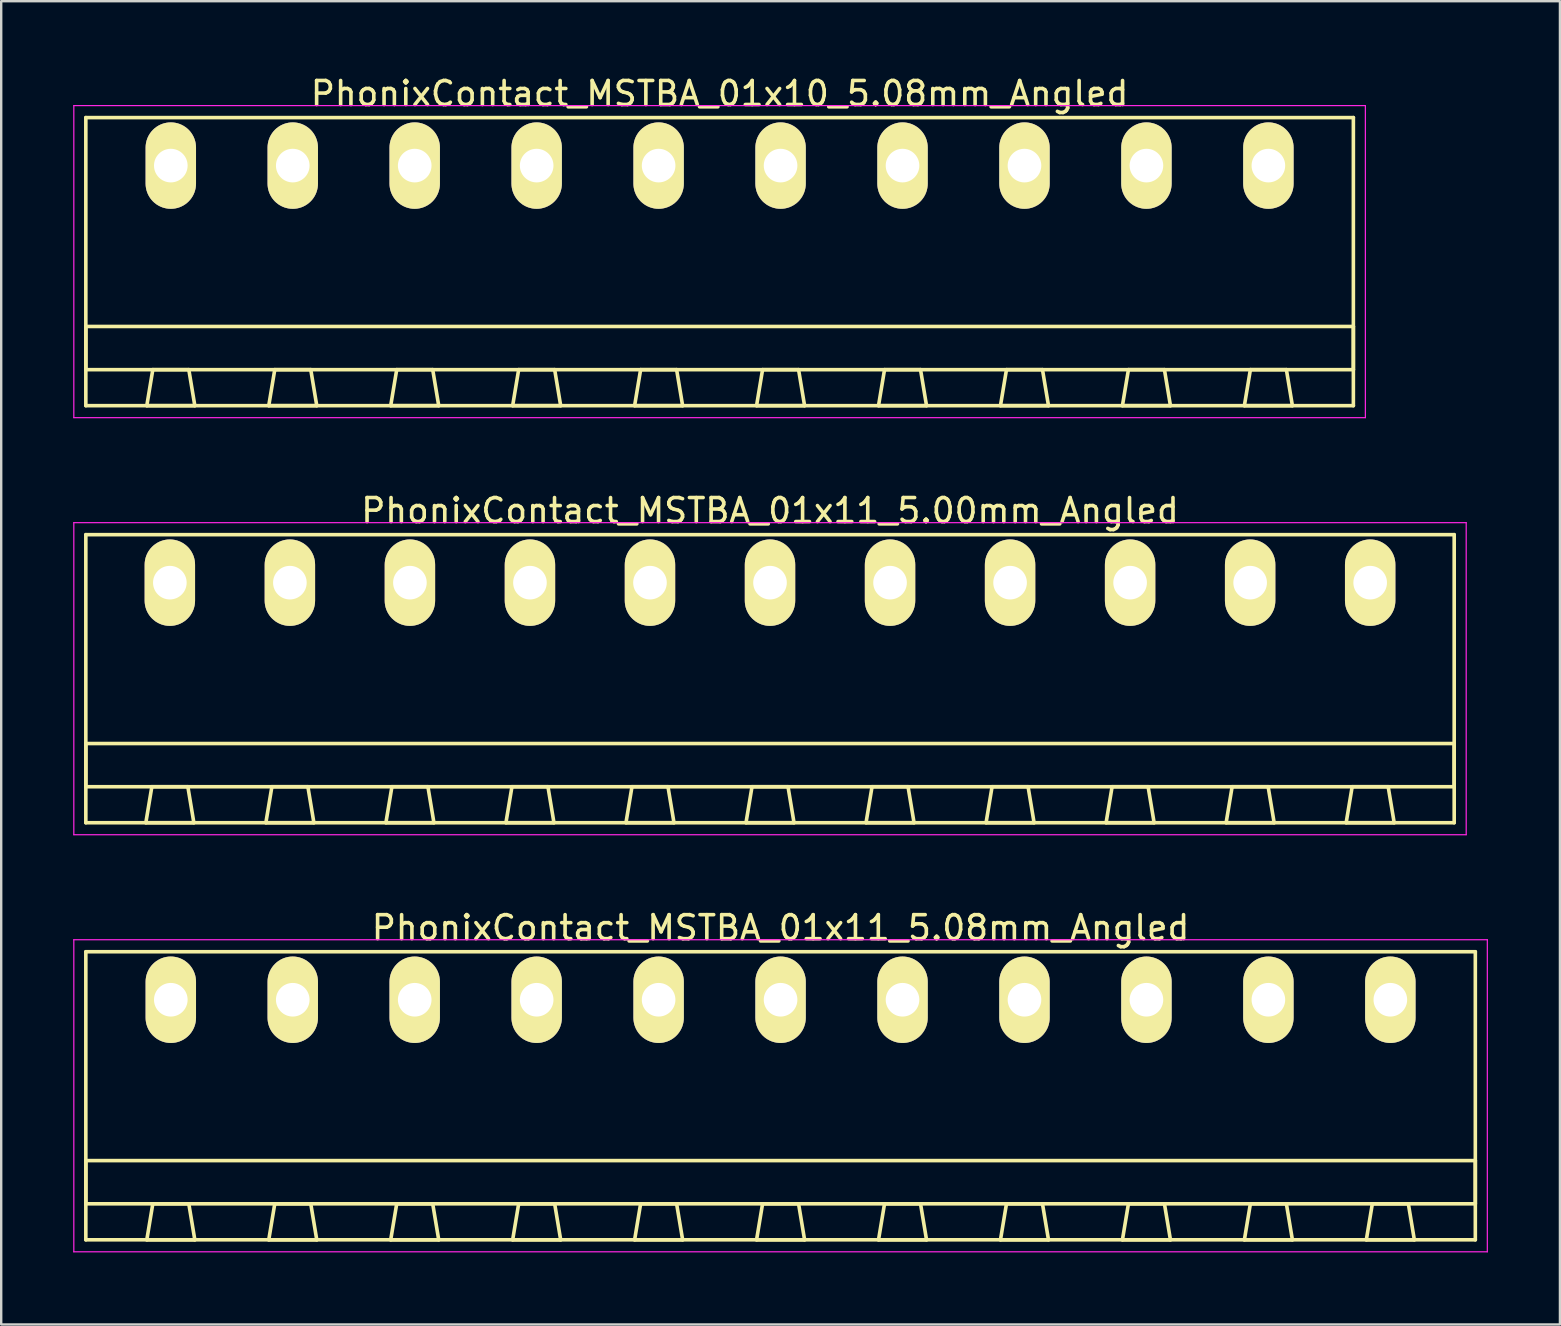
<source format=kicad_pcb>
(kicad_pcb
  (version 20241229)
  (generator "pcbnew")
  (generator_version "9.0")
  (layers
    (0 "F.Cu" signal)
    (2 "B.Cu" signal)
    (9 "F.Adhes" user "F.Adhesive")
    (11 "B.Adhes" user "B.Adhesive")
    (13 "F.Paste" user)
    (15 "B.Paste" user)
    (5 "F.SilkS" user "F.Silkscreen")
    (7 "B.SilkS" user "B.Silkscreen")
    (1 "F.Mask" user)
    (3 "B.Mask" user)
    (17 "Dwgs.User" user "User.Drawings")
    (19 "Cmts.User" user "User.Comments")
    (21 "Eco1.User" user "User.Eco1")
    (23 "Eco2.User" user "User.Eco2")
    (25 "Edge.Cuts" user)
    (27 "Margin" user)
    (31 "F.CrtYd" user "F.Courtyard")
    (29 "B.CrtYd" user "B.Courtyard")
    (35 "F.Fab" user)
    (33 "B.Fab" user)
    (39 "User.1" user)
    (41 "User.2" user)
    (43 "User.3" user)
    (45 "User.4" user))
  (footprint "PhonixContact_MSTBA_01x11_5.00mm_Angled"
    (layer "F.Cu")
    (at 4.025 21.221)
    (property "Reference" "PhonixContact_MSTBA_01x11_5.00mm_Angled" (at 25 -3 0) (layer "F.SilkS") (effects (font (size 1 1) (thickness 0.15))))
    (attr through_hole)
    (fp_line (start -3.5 -2) (end -3.5 10) (stroke (width 0.15) (type solid)) (layer "F.SilkS"))
    (fp_line (start -3.5 6.7) (end 53.5 6.7) (stroke (width 0.15) (type solid)) (layer "F.SilkS"))
    (fp_line (start -3.5 8.5) (end -3.5 6.7) (stroke (width 0.15) (type solid)) (layer "F.SilkS"))
    (fp_line (start -3.5 10) (end 53.5 10) (stroke (width 0.15) (type solid)) (layer "F.SilkS"))
    (fp_line (start -1 10) (end 1 10) (stroke (width 0.15) (type solid)) (layer "F.SilkS"))
    (fp_line (start -0.75 8.5) (end -1 10) (stroke (width 0.15) (type solid)) (layer "F.SilkS"))
    (fp_line (start 0.75 8.5) (end -0.75 8.5) (stroke (width 0.15) (type solid)) (layer "F.SilkS"))
    (fp_line (start 1 10) (end 0.75 8.5) (stroke (width 0.15) (type solid)) (layer "F.SilkS"))
    (fp_line (start 4 10) (end 6 10) (stroke (width 0.15) (type solid)) (layer "F.SilkS"))
    (fp_line (start 4.25 8.5) (end 4 10) (stroke (width 0.15) (type solid)) (layer "F.SilkS"))
    (fp_line (start 5.75 8.5) (end 4.25 8.5) (stroke (width 0.15) (type solid)) (layer "F.SilkS"))
    (fp_line (start 6 10) (end 5.75 8.5) (stroke (width 0.15) (type solid)) (layer "F.SilkS"))
    (fp_line (start 9 10) (end 11 10) (stroke (width 0.15) (type solid)) (layer "F.SilkS"))
    (fp_line (start 9.25 8.5) (end 9 10) (stroke (width 0.15) (type solid)) (layer "F.SilkS"))
    (fp_line (start 10.75 8.5) (end 9.25 8.5) (stroke (width 0.15) (type solid)) (layer "F.SilkS"))
    (fp_line (start 11 10) (end 10.75 8.5) (stroke (width 0.15) (type solid)) (layer "F.SilkS"))
    (fp_line (start 14 10) (end 16 10) (stroke (width 0.15) (type solid)) (layer "F.SilkS"))
    (fp_line (start 14.25 8.5) (end 14 10) (stroke (width 0.15) (type solid)) (layer "F.SilkS"))
    (fp_line (start 15.75 8.5) (end 14.25 8.5) (stroke (width 0.15) (type solid)) (layer "F.SilkS"))
    (fp_line (start 16 10) (end 15.75 8.5) (stroke (width 0.15) (type solid)) (layer "F.SilkS"))
    (fp_line (start 19 10) (end 21 10) (stroke (width 0.15) (type solid)) (layer "F.SilkS"))
    (fp_line (start 19.25 8.5) (end 19 10) (stroke (width 0.15) (type solid)) (layer "F.SilkS"))
    (fp_line (start 20.75 8.5) (end 19.25 8.5) (stroke (width 0.15) (type solid)) (layer "F.SilkS"))
    (fp_line (start 21 10) (end 20.75 8.5) (stroke (width 0.15) (type solid)) (layer "F.SilkS"))
    (fp_line (start 24 10) (end 26 10) (stroke (width 0.15) (type solid)) (layer "F.SilkS"))
    (fp_line (start 24.25 8.5) (end 24 10) (stroke (width 0.15) (type solid)) (layer "F.SilkS"))
    (fp_line (start 25.75 8.5) (end 24.25 8.5) (stroke (width 0.15) (type solid)) (layer "F.SilkS"))
    (fp_line (start 26 10) (end 25.75 8.5) (stroke (width 0.15) (type solid)) (layer "F.SilkS"))
    (fp_line (start 29 10) (end 31 10) (stroke (width 0.15) (type solid)) (layer "F.SilkS"))
    (fp_line (start 29.25 8.5) (end 29 10) (stroke (width 0.15) (type solid)) (layer "F.SilkS"))
    (fp_line (start 30.75 8.5) (end 29.25 8.5) (stroke (width 0.15) (type solid)) (layer "F.SilkS"))
    (fp_line (start 31 10) (end 30.75 8.5) (stroke (width 0.15) (type solid)) (layer "F.SilkS"))
    (fp_line (start 34 10) (end 36 10) (stroke (width 0.15) (type solid)) (layer "F.SilkS"))
    (fp_line (start 34.25 8.5) (end 34 10) (stroke (width 0.15) (type solid)) (layer "F.SilkS"))
    (fp_line (start 35.75 8.5) (end 34.25 8.5) (stroke (width 0.15) (type solid)) (layer "F.SilkS"))
    (fp_line (start 36 10) (end 35.75 8.5) (stroke (width 0.15) (type solid)) (layer "F.SilkS"))
    (fp_line (start 39 10) (end 41 10) (stroke (width 0.15) (type solid)) (layer "F.SilkS"))
    (fp_line (start 39.25 8.5) (end 39 10) (stroke (width 0.15) (type solid)) (layer "F.SilkS"))
    (fp_line (start 40.75 8.5) (end 39.25 8.5) (stroke (width 0.15) (type solid)) (layer "F.SilkS"))
    (fp_line (start 41 10) (end 40.75 8.5) (stroke (width 0.15) (type solid)) (layer "F.SilkS"))
    (fp_line (start 44 10) (end 46 10) (stroke (width 0.15) (type solid)) (layer "F.SilkS"))
    (fp_line (start 44.25 8.5) (end 44 10) (stroke (width 0.15) (type solid)) (layer "F.SilkS"))
    (fp_line (start 45.75 8.5) (end 44.25 8.5) (stroke (width 0.15) (type solid)) (layer "F.SilkS"))
    (fp_line (start 46 10) (end 45.75 8.5) (stroke (width 0.15) (type solid)) (layer "F.SilkS"))
    (fp_line (start 49 10) (end 51 10) (stroke (width 0.15) (type solid)) (layer "F.SilkS"))
    (fp_line (start 49.25 8.5) (end 49 10) (stroke (width 0.15) (type solid)) (layer "F.SilkS"))
    (fp_line (start 50.75 8.5) (end 49.25 8.5) (stroke (width 0.15) (type solid)) (layer "F.SilkS"))
    (fp_line (start 51 10) (end 50.75 8.5) (stroke (width 0.15) (type solid)) (layer "F.SilkS"))
    (fp_line (start 53.5 -2) (end -3.5 -2) (stroke (width 0.15) (type solid)) (layer "F.SilkS"))
    (fp_line (start 53.5 6.7) (end 53.5 8.5) (stroke (width 0.15) (type solid)) (layer "F.SilkS"))
    (fp_line (start 53.5 8.5) (end -3.5 8.5) (stroke (width 0.15) (type solid)) (layer "F.SilkS"))
    (fp_line (start 53.5 10) (end 53.5 -2) (stroke (width 0.15) (type solid)) (layer "F.SilkS"))
    (fp_line (start -4 -2.5) (end -4 10.5) (stroke (width 0.05) (type solid)) (layer "F.CrtYd"))
    (fp_line (start -4 10.5) (end 54 10.5) (stroke (width 0.05) (type solid)) (layer "F.CrtYd"))
    (fp_line (start 54 -2.5) (end -4 -2.5) (stroke (width 0.05) (type solid)) (layer "F.CrtYd"))
    (fp_line (start 54 10.5) (end 54 -2.5) (stroke (width 0.05) (type solid)) (layer "F.CrtYd"))
    (pad "1" thru_hole oval (at 0 0) (size 2.1 3.6) (drill 1.4) (layers "*.Cu" "*.Mask" "F.SilkS"))
    (pad "2" thru_hole oval (at 5 0) (size 2.1 3.6) (drill 1.4) (layers "*.Cu" "*.Mask" "F.SilkS"))
    (pad "3" thru_hole oval (at 10 0) (size 2.1 3.6) (drill 1.4) (layers "*.Cu" "*.Mask" "F.SilkS"))
    (pad "4" thru_hole oval (at 15 0) (size 2.1 3.6) (drill 1.4) (layers "*.Cu" "*.Mask" "F.SilkS"))
    (pad "5" thru_hole oval (at 20 0) (size 2.1 3.6) (drill 1.4) (layers "*.Cu" "*.Mask" "F.SilkS"))
    (pad "6" thru_hole oval (at 25 0) (size 2.1 3.6) (drill 1.4) (layers "*.Cu" "*.Mask" "F.SilkS"))
    (pad "7" thru_hole oval (at 30 0) (size 2.1 3.6) (drill 1.4) (layers "*.Cu" "*.Mask" "F.SilkS"))
    (pad "8" thru_hole oval (at 35 0) (size 2.1 3.6) (drill 1.4) (layers "*.Cu" "*.Mask" "F.SilkS"))
    (pad "9" thru_hole oval (at 40 0) (size 2.1 3.6) (drill 1.4) (layers "*.Cu" "*.Mask" "F.SilkS"))
    (pad "10" thru_hole oval (at 45 0) (size 2.1 3.6) (drill 1.4) (layers "*.Cu" "*.Mask" "F.SilkS"))
    (pad "11" thru_hole oval (at 50 0) (size 2.1 3.6) (drill 1.4) (layers "*.Cu" "*.Mask" "F.SilkS")))
  (footprint "PhonixContact_MSTBA_01x11_5.08mm_Angled"
    (layer "F.Cu")
    (at 4.065 38.595)
    (property "Reference" "PhonixContact_MSTBA_01x11_5.08mm_Angled" (at 25.4 -3 0) (layer "F.SilkS") (effects (font (size 1 1) (thickness 0.15))))
    (attr through_hole)
    (fp_line (start -3.54 -2) (end -3.54 10) (stroke (width 0.15) (type solid)) (layer "F.SilkS"))
    (fp_line (start -3.54 6.7) (end 54.34 6.7) (stroke (width 0.15) (type solid)) (layer "F.SilkS"))
    (fp_line (start -3.54 8.5) (end -3.54 6.7) (stroke (width 0.15) (type solid)) (layer "F.SilkS"))
    (fp_line (start -3.54 10) (end 54.34 10) (stroke (width 0.15) (type solid)) (layer "F.SilkS"))
    (fp_line (start -1 10) (end 1 10) (stroke (width 0.15) (type solid)) (layer "F.SilkS"))
    (fp_line (start -0.75 8.5) (end -1 10) (stroke (width 0.15) (type solid)) (layer "F.SilkS"))
    (fp_line (start 0.75 8.5) (end -0.75 8.5) (stroke (width 0.15) (type solid)) (layer "F.SilkS"))
    (fp_line (start 1 10) (end 0.75 8.5) (stroke (width 0.15) (type solid)) (layer "F.SilkS"))
    (fp_line (start 4.08 10) (end 6.08 10) (stroke (width 0.15) (type solid)) (layer "F.SilkS"))
    (fp_line (start 4.33 8.5) (end 4.08 10) (stroke (width 0.15) (type solid)) (layer "F.SilkS"))
    (fp_line (start 5.83 8.5) (end 4.33 8.5) (stroke (width 0.15) (type solid)) (layer "F.SilkS"))
    (fp_line (start 6.08 10) (end 5.83 8.5) (stroke (width 0.15) (type solid)) (layer "F.SilkS"))
    (fp_line (start 9.16 10) (end 11.16 10) (stroke (width 0.15) (type solid)) (layer "F.SilkS"))
    (fp_line (start 9.41 8.5) (end 9.16 10) (stroke (width 0.15) (type solid)) (layer "F.SilkS"))
    (fp_line (start 10.91 8.5) (end 9.41 8.5) (stroke (width 0.15) (type solid)) (layer "F.SilkS"))
    (fp_line (start 11.16 10) (end 10.91 8.5) (stroke (width 0.15) (type solid)) (layer "F.SilkS"))
    (fp_line (start 14.24 10) (end 16.24 10) (stroke (width 0.15) (type solid)) (layer "F.SilkS"))
    (fp_line (start 14.49 8.5) (end 14.24 10) (stroke (width 0.15) (type solid)) (layer "F.SilkS"))
    (fp_line (start 15.99 8.5) (end 14.49 8.5) (stroke (width 0.15) (type solid)) (layer "F.SilkS"))
    (fp_line (start 16.24 10) (end 15.99 8.5) (stroke (width 0.15) (type solid)) (layer "F.SilkS"))
    (fp_line (start 19.32 10) (end 21.32 10) (stroke (width 0.15) (type solid)) (layer "F.SilkS"))
    (fp_line (start 19.57 8.5) (end 19.32 10) (stroke (width 0.15) (type solid)) (layer "F.SilkS"))
    (fp_line (start 21.07 8.5) (end 19.57 8.5) (stroke (width 0.15) (type solid)) (layer "F.SilkS"))
    (fp_line (start 21.32 10) (end 21.07 8.5) (stroke (width 0.15) (type solid)) (layer "F.SilkS"))
    (fp_line (start 24.4 10) (end 26.4 10) (stroke (width 0.15) (type solid)) (layer "F.SilkS"))
    (fp_line (start 24.65 8.5) (end 24.4 10) (stroke (width 0.15) (type solid)) (layer "F.SilkS"))
    (fp_line (start 26.15 8.5) (end 24.65 8.5) (stroke (width 0.15) (type solid)) (layer "F.SilkS"))
    (fp_line (start 26.4 10) (end 26.15 8.5) (stroke (width 0.15) (type solid)) (layer "F.SilkS"))
    (fp_line (start 29.48 10) (end 31.48 10) (stroke (width 0.15) (type solid)) (layer "F.SilkS"))
    (fp_line (start 29.73 8.5) (end 29.48 10) (stroke (width 0.15) (type solid)) (layer "F.SilkS"))
    (fp_line (start 31.23 8.5) (end 29.73 8.5) (stroke (width 0.15) (type solid)) (layer "F.SilkS"))
    (fp_line (start 31.48 10) (end 31.23 8.5) (stroke (width 0.15) (type solid)) (layer "F.SilkS"))
    (fp_line (start 34.56 10) (end 36.56 10) (stroke (width 0.15) (type solid)) (layer "F.SilkS"))
    (fp_line (start 34.81 8.5) (end 34.56 10) (stroke (width 0.15) (type solid)) (layer "F.SilkS"))
    (fp_line (start 36.31 8.5) (end 34.81 8.5) (stroke (width 0.15) (type solid)) (layer "F.SilkS"))
    (fp_line (start 36.56 10) (end 36.31 8.5) (stroke (width 0.15) (type solid)) (layer "F.SilkS"))
    (fp_line (start 39.64 10) (end 41.64 10) (stroke (width 0.15) (type solid)) (layer "F.SilkS"))
    (fp_line (start 39.89 8.5) (end 39.64 10) (stroke (width 0.15) (type solid)) (layer "F.SilkS"))
    (fp_line (start 41.39 8.5) (end 39.89 8.5) (stroke (width 0.15) (type solid)) (layer "F.SilkS"))
    (fp_line (start 41.64 10) (end 41.39 8.5) (stroke (width 0.15) (type solid)) (layer "F.SilkS"))
    (fp_line (start 44.72 10) (end 46.72 10) (stroke (width 0.15) (type solid)) (layer "F.SilkS"))
    (fp_line (start 44.97 8.5) (end 44.72 10) (stroke (width 0.15) (type solid)) (layer "F.SilkS"))
    (fp_line (start 46.47 8.5) (end 44.97 8.5) (stroke (width 0.15) (type solid)) (layer "F.SilkS"))
    (fp_line (start 46.72 10) (end 46.47 8.5) (stroke (width 0.15) (type solid)) (layer "F.SilkS"))
    (fp_line (start 49.8 10) (end 51.8 10) (stroke (width 0.15) (type solid)) (layer "F.SilkS"))
    (fp_line (start 50.05 8.5) (end 49.8 10) (stroke (width 0.15) (type solid)) (layer "F.SilkS"))
    (fp_line (start 51.55 8.5) (end 50.05 8.5) (stroke (width 0.15) (type solid)) (layer "F.SilkS"))
    (fp_line (start 51.8 10) (end 51.55 8.5) (stroke (width 0.15) (type solid)) (layer "F.SilkS"))
    (fp_line (start 54.34 -2) (end -3.54 -2) (stroke (width 0.15) (type solid)) (layer "F.SilkS"))
    (fp_line (start 54.34 6.7) (end 54.34 8.5) (stroke (width 0.15) (type solid)) (layer "F.SilkS"))
    (fp_line (start 54.34 8.5) (end -3.54 8.5) (stroke (width 0.15) (type solid)) (layer "F.SilkS"))
    (fp_line (start 54.34 10) (end 54.34 -2) (stroke (width 0.15) (type solid)) (layer "F.SilkS"))
    (fp_line (start -4.04 -2.5) (end -4.04 10.5) (stroke (width 0.05) (type solid)) (layer "F.CrtYd"))
    (fp_line (start -4.04 10.5) (end 54.84 10.5) (stroke (width 0.05) (type solid)) (layer "F.CrtYd"))
    (fp_line (start 54.84 -2.5) (end -4.04 -2.5) (stroke (width 0.05) (type solid)) (layer "F.CrtYd"))
    (fp_line (start 54.84 10.5) (end 54.84 -2.5) (stroke (width 0.05) (type solid)) (layer "F.CrtYd"))
    (pad "1" thru_hole oval (at 0 0) (size 2.1 3.6) (drill 1.4) (layers "*.Cu" "*.Mask" "F.SilkS"))
    (pad "2" thru_hole oval (at 5.08 0) (size 2.1 3.6) (drill 1.4) (layers "*.Cu" "*.Mask" "F.SilkS"))
    (pad "3" thru_hole oval (at 10.16 0) (size 2.1 3.6) (drill 1.4) (layers "*.Cu" "*.Mask" "F.SilkS"))
    (pad "4" thru_hole oval (at 15.24 0) (size 2.1 3.6) (drill 1.4) (layers "*.Cu" "*.Mask" "F.SilkS"))
    (pad "5" thru_hole oval (at 20.32 0) (size 2.1 3.6) (drill 1.4) (layers "*.Cu" "*.Mask" "F.SilkS"))
    (pad "6" thru_hole oval (at 25.4 0) (size 2.1 3.6) (drill 1.4) (layers "*.Cu" "*.Mask" "F.SilkS"))
    (pad "7" thru_hole oval (at 30.48 0) (size 2.1 3.6) (drill 1.4) (layers "*.Cu" "*.Mask" "F.SilkS"))
    (pad "8" thru_hole oval (at 35.56 0) (size 2.1 3.6) (drill 1.4) (layers "*.Cu" "*.Mask" "F.SilkS"))
    (pad "9" thru_hole oval (at 40.64 0) (size 2.1 3.6) (drill 1.4) (layers "*.Cu" "*.Mask" "F.SilkS"))
    (pad "10" thru_hole oval (at 45.72 0) (size 2.1 3.6) (drill 1.4) (layers "*.Cu" "*.Mask" "F.SilkS"))
    (pad "11" thru_hole oval (at 50.8 0) (size 2.1 3.6) (drill 1.4) (layers "*.Cu" "*.Mask" "F.SilkS")))
  (footprint "PhonixContact_MSTBA_01x10_5.08mm_Angled"
    (layer "F.Cu")
    (at 4.065 3.848)
    (property "Reference" "PhonixContact_MSTBA_01x10_5.08mm_Angled" (at 22.86 -3 0) (layer "F.SilkS") (effects (font (size 1 1) (thickness 0.15))))
    (attr through_hole)
    (fp_line (start -3.54 -2) (end -3.54 10) (stroke (width 0.15) (type solid)) (layer "F.SilkS"))
    (fp_line (start -3.54 6.7) (end 49.26 6.7) (stroke (width 0.15) (type solid)) (layer "F.SilkS"))
    (fp_line (start -3.54 8.5) (end -3.54 6.7) (stroke (width 0.15) (type solid)) (layer "F.SilkS"))
    (fp_line (start -3.54 10) (end 49.26 10) (stroke (width 0.15) (type solid)) (layer "F.SilkS"))
    (fp_line (start -1 10) (end 1 10) (stroke (width 0.15) (type solid)) (layer "F.SilkS"))
    (fp_line (start -0.75 8.5) (end -1 10) (stroke (width 0.15) (type solid)) (layer "F.SilkS"))
    (fp_line (start 0.75 8.5) (end -0.75 8.5) (stroke (width 0.15) (type solid)) (layer "F.SilkS"))
    (fp_line (start 1 10) (end 0.75 8.5) (stroke (width 0.15) (type solid)) (layer "F.SilkS"))
    (fp_line (start 4.08 10) (end 6.08 10) (stroke (width 0.15) (type solid)) (layer "F.SilkS"))
    (fp_line (start 4.33 8.5) (end 4.08 10) (stroke (width 0.15) (type solid)) (layer "F.SilkS"))
    (fp_line (start 5.83 8.5) (end 4.33 8.5) (stroke (width 0.15) (type solid)) (layer "F.SilkS"))
    (fp_line (start 6.08 10) (end 5.83 8.5) (stroke (width 0.15) (type solid)) (layer "F.SilkS"))
    (fp_line (start 9.16 10) (end 11.16 10) (stroke (width 0.15) (type solid)) (layer "F.SilkS"))
    (fp_line (start 9.41 8.5) (end 9.16 10) (stroke (width 0.15) (type solid)) (layer "F.SilkS"))
    (fp_line (start 10.91 8.5) (end 9.41 8.5) (stroke (width 0.15) (type solid)) (layer "F.SilkS"))
    (fp_line (start 11.16 10) (end 10.91 8.5) (stroke (width 0.15) (type solid)) (layer "F.SilkS"))
    (fp_line (start 14.24 10) (end 16.24 10) (stroke (width 0.15) (type solid)) (layer "F.SilkS"))
    (fp_line (start 14.49 8.5) (end 14.24 10) (stroke (width 0.15) (type solid)) (layer "F.SilkS"))
    (fp_line (start 15.99 8.5) (end 14.49 8.5) (stroke (width 0.15) (type solid)) (layer "F.SilkS"))
    (fp_line (start 16.24 10) (end 15.99 8.5) (stroke (width 0.15) (type solid)) (layer "F.SilkS"))
    (fp_line (start 19.32 10) (end 21.32 10) (stroke (width 0.15) (type solid)) (layer "F.SilkS"))
    (fp_line (start 19.57 8.5) (end 19.32 10) (stroke (width 0.15) (type solid)) (layer "F.SilkS"))
    (fp_line (start 21.07 8.5) (end 19.57 8.5) (stroke (width 0.15) (type solid)) (layer "F.SilkS"))
    (fp_line (start 21.32 10) (end 21.07 8.5) (stroke (width 0.15) (type solid)) (layer "F.SilkS"))
    (fp_line (start 24.4 10) (end 26.4 10) (stroke (width 0.15) (type solid)) (layer "F.SilkS"))
    (fp_line (start 24.65 8.5) (end 24.4 10) (stroke (width 0.15) (type solid)) (layer "F.SilkS"))
    (fp_line (start 26.15 8.5) (end 24.65 8.5) (stroke (width 0.15) (type solid)) (layer "F.SilkS"))
    (fp_line (start 26.4 10) (end 26.15 8.5) (stroke (width 0.15) (type solid)) (layer "F.SilkS"))
    (fp_line (start 29.48 10) (end 31.48 10) (stroke (width 0.15) (type solid)) (layer "F.SilkS"))
    (fp_line (start 29.73 8.5) (end 29.48 10) (stroke (width 0.15) (type solid)) (layer "F.SilkS"))
    (fp_line (start 31.23 8.5) (end 29.73 8.5) (stroke (width 0.15) (type solid)) (layer "F.SilkS"))
    (fp_line (start 31.48 10) (end 31.23 8.5) (stroke (width 0.15) (type solid)) (layer "F.SilkS"))
    (fp_line (start 34.56 10) (end 36.56 10) (stroke (width 0.15) (type solid)) (layer "F.SilkS"))
    (fp_line (start 34.81 8.5) (end 34.56 10) (stroke (width 0.15) (type solid)) (layer "F.SilkS"))
    (fp_line (start 36.31 8.5) (end 34.81 8.5) (stroke (width 0.15) (type solid)) (layer "F.SilkS"))
    (fp_line (start 36.56 10) (end 36.31 8.5) (stroke (width 0.15) (type solid)) (layer "F.SilkS"))
    (fp_line (start 39.64 10) (end 41.64 10) (stroke (width 0.15) (type solid)) (layer "F.SilkS"))
    (fp_line (start 39.89 8.5) (end 39.64 10) (stroke (width 0.15) (type solid)) (layer "F.SilkS"))
    (fp_line (start 41.39 8.5) (end 39.89 8.5) (stroke (width 0.15) (type solid)) (layer "F.SilkS"))
    (fp_line (start 41.64 10) (end 41.39 8.5) (stroke (width 0.15) (type solid)) (layer "F.SilkS"))
    (fp_line (start 44.72 10) (end 46.72 10) (stroke (width 0.15) (type solid)) (layer "F.SilkS"))
    (fp_line (start 44.97 8.5) (end 44.72 10) (stroke (width 0.15) (type solid)) (layer "F.SilkS"))
    (fp_line (start 46.47 8.5) (end 44.97 8.5) (stroke (width 0.15) (type solid)) (layer "F.SilkS"))
    (fp_line (start 46.72 10) (end 46.47 8.5) (stroke (width 0.15) (type solid)) (layer "F.SilkS"))
    (fp_line (start 49.26 -2) (end -3.54 -2) (stroke (width 0.15) (type solid)) (layer "F.SilkS"))
    (fp_line (start 49.26 6.7) (end 49.26 8.5) (stroke (width 0.15) (type solid)) (layer "F.SilkS"))
    (fp_line (start 49.26 8.5) (end -3.54 8.5) (stroke (width 0.15) (type solid)) (layer "F.SilkS"))
    (fp_line (start 49.26 10) (end 49.26 -2) (stroke (width 0.15) (type solid)) (layer "F.SilkS"))
    (fp_line (start -4.04 -2.5) (end -4.04 10.5) (stroke (width 0.05) (type solid)) (layer "F.CrtYd"))
    (fp_line (start -4.04 10.5) (end 49.76 10.5) (stroke (width 0.05) (type solid)) (layer "F.CrtYd"))
    (fp_line (start 49.76 -2.5) (end -4.04 -2.5) (stroke (width 0.05) (type solid)) (layer "F.CrtYd"))
    (fp_line (start 49.76 10.5) (end 49.76 -2.5) (stroke (width 0.05) (type solid)) (layer "F.CrtYd"))
    (pad "1" thru_hole oval (at 0 0) (size 2.1 3.6) (drill 1.4) (layers "*.Cu" "*.Mask" "F.SilkS"))
    (pad "2" thru_hole oval (at 5.08 0) (size 2.1 3.6) (drill 1.4) (layers "*.Cu" "*.Mask" "F.SilkS"))
    (pad "3" thru_hole oval (at 10.16 0) (size 2.1 3.6) (drill 1.4) (layers "*.Cu" "*.Mask" "F.SilkS"))
    (pad "4" thru_hole oval (at 15.24 0) (size 2.1 3.6) (drill 1.4) (layers "*.Cu" "*.Mask" "F.SilkS"))
    (pad "5" thru_hole oval (at 20.32 0) (size 2.1 3.6) (drill 1.4) (layers "*.Cu" "*.Mask" "F.SilkS"))
    (pad "6" thru_hole oval (at 25.4 0) (size 2.1 3.6) (drill 1.4) (layers "*.Cu" "*.Mask" "F.SilkS"))
    (pad "7" thru_hole oval (at 30.48 0) (size 2.1 3.6) (drill 1.4) (layers "*.Cu" "*.Mask" "F.SilkS"))
    (pad "8" thru_hole oval (at 35.56 0) (size 2.1 3.6) (drill 1.4) (layers "*.Cu" "*.Mask" "F.SilkS"))
    (pad "9" thru_hole oval (at 40.64 0) (size 2.1 3.6) (drill 1.4) (layers "*.Cu" "*.Mask" "F.SilkS"))
    (pad "10" thru_hole oval (at 45.72 0) (size 2.1 3.6) (drill 1.4) (layers "*.Cu" "*.Mask" "F.SilkS")))
  (gr_rect
    (start -3 -3)
    (end 61.93 52.12)
    (stroke (width 0.1) (type default))
    (fill no)
    (layer "Edge.Cuts")))
</source>
